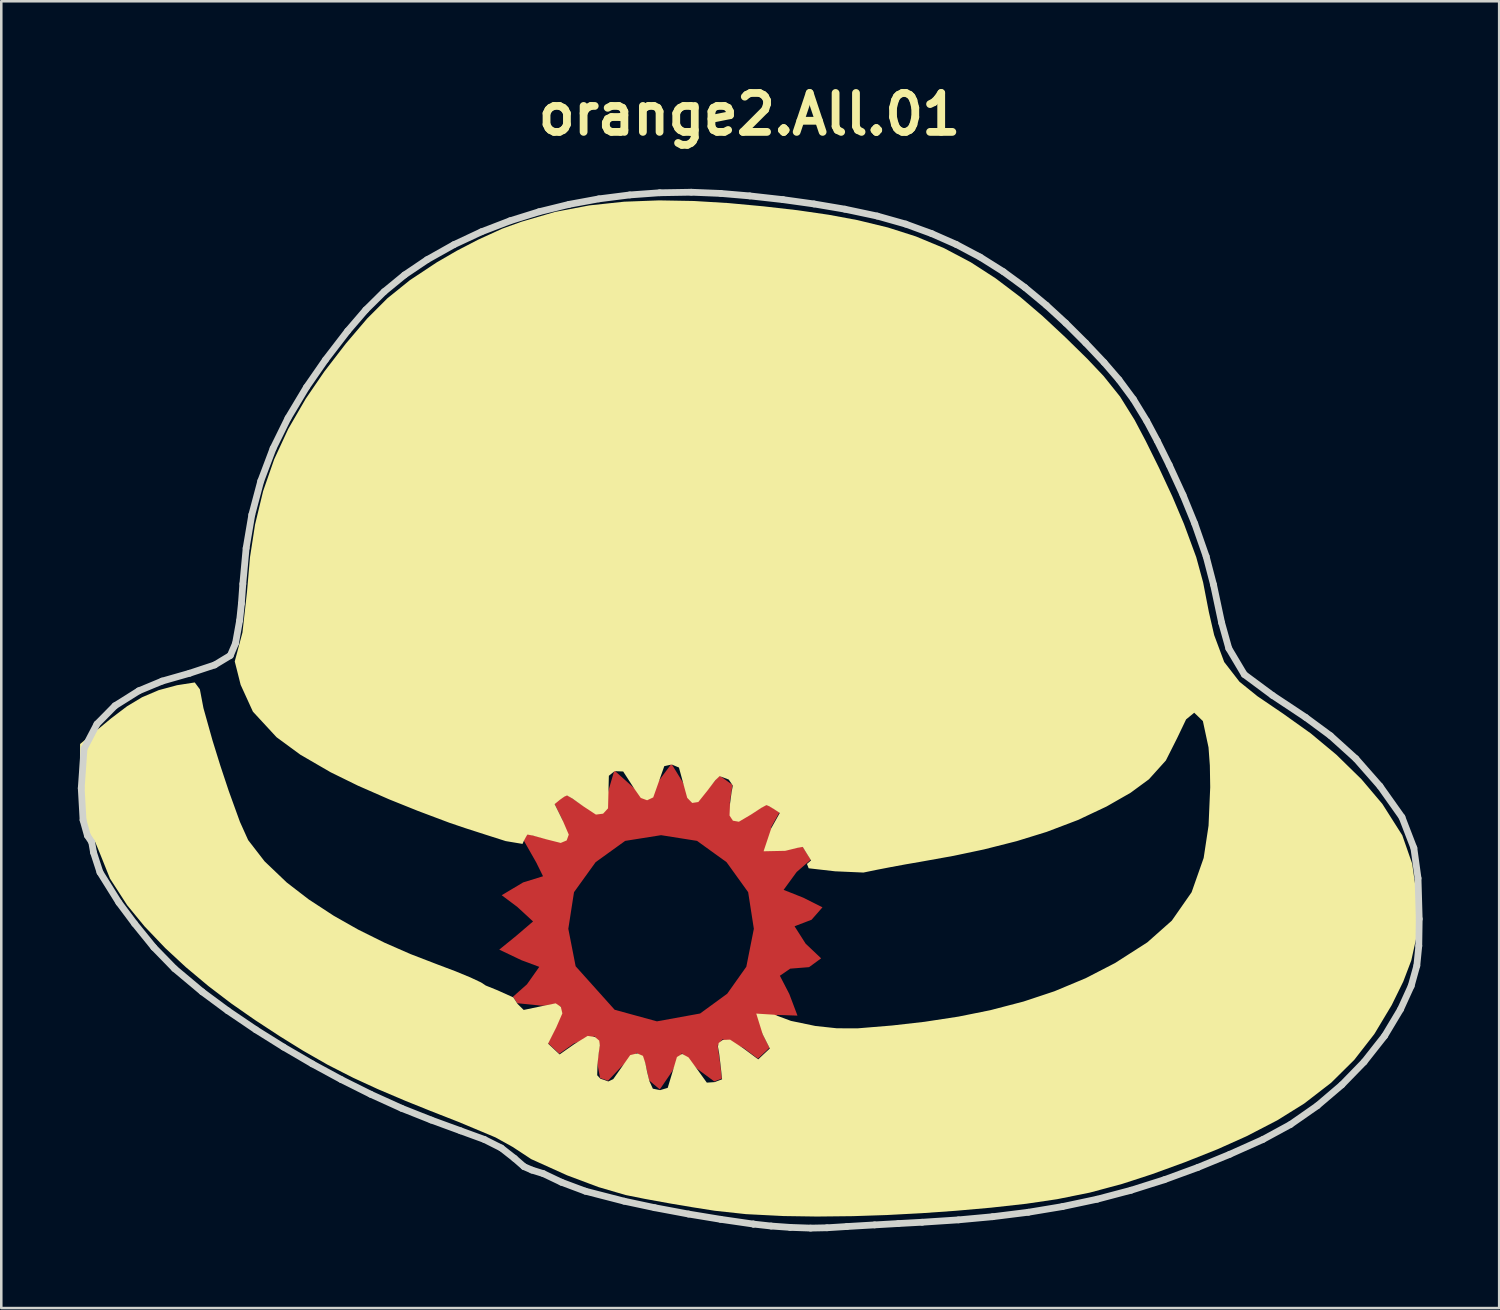
<source format=kicad_pcb>
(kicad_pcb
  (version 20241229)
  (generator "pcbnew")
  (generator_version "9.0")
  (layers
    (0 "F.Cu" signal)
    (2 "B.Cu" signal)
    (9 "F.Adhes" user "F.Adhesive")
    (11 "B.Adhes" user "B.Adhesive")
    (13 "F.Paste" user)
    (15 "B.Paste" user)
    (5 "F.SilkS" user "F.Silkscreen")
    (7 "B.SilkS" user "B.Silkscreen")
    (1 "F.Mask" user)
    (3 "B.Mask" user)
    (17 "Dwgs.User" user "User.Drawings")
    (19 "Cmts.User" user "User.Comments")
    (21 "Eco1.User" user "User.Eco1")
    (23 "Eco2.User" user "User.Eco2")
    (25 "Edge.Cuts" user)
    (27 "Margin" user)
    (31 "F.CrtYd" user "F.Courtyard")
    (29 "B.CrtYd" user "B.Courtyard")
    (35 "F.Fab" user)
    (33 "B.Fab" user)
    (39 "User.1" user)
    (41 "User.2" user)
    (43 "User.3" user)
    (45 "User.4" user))
  (footprint "orange2.All.01"
    (layer "F.Cu")
    (at 26.303 24.764)
    (property "Reference" "orange2.All.01" (at 0 -23.338 0) (layer "F.SilkS") (effects (font (size 1.524 1.524) (thickness 0.305))))
    (attr smd)
    (fp_poly (pts (xy -3.93 14.501) (xy -1.933 11.882) (xy -0.871 11.107) (xy -0.122 10.05) (xy 0.173 8.564) (xy -0.05 7.13) (xy -0.897 5.954) (xy -2.053 5.12) (xy -3.461 4.897) (xy -4.868 5.121) (xy -6.024 5.954) (xy -6.871 7.13) (xy -7.094 8.564) (xy -6.807 10.031) (xy -5.279 11.735) (xy -3.623 12.189) (xy -1.933 11.882) (xy -3.93 14.501) (xy -4.087 13.801) (xy -4.404 13.417) (xy -5.03 13.977) (xy -5.54 14.516) (xy -5.849 14.408) (xy -5.961 13.828) (xy -5.869 13.097) (xy -6.062 12.774) (xy -6.871 13.054) (xy -7.447 13.458) (xy -7.672 13.246) (xy -7.898 13.034) (xy -7.581 12.405) (xy -7.398 11.592) (xy -8.169 11.572) (xy -9.093 11.479) (xy -9.26 11.224) (xy -8.714 10.739) (xy -8.231 10.055) (xy -8.928 9.795) (xy -9.799 9.38) (xy -9.137 8.842) (xy -8.475 8.276) (xy -9.09 7.709) (xy -9.703 7.249) (xy -8.865 6.748) (xy -8.084 6.506) (xy -8.348 5.97) (xy -8.847 5.093) (xy -8.709 4.845) (xy -8.003 5.022) (xy -7.169 5.075) (xy -7.328 4.287) (xy -7.641 3.652) (xy -7.433 3.482) (xy -7.156 3.313) (xy -6.53 3.731) (xy -5.742 4.028) (xy -5.533 3.185) (xy -5.291 2.362) (xy -4.519 3.053) (xy -4.019 3.503) (xy -3.566 2.787) (xy -3.054 2.101) (xy -2.606 2.831) (xy -2.254 3.607) (xy -1.652 3.12) (xy -1.181 2.557) (xy -0.663 2.927) (xy -0.77 3.626) (xy -0.661 4.301) (xy 0.055 4.06) (xy 0.653 3.692) (xy 0.944 3.846) (xy 1.178 3.999) (xy 0.846 4.594) (xy 1.392 5.482) (xy 2.075 5.328) (xy 2.243 5.602) (xy 2.403 5.857) (xy 1.85 6.338) (xy 1.339 7.039) (xy 2.106 7.344) (xy 2.86 7.723) (xy 2.434 8.209) (xy 1.767 8.465) (xy 2.202 9.147) (xy 2.808 9.721) (xy 2.336 10.066) (xy 1.597 10.125) (xy 1.192 10.403) (xy 1.561 11.116) (xy 1.882 11.965) (xy 1.08 11.936) (xy 0.508 12.67) (xy 0.787 13.223) (xy 0.56 13.437) (xy 0.332 13.651) (xy -0.249 13.219) (xy -1.059 12.891) (xy -1.245 13.145) (xy -1.143 13.863) (xy -1.082 14.431) (xy -1.376 14.542) (xy -2.053 14.045) (xy -2.648 13.437) (xy -3.026 14.146) (xy -3.511 14.856) (xy -3.93 14.501) (xy -3.93 14.501)) (stroke (width 0) (type solid)) (fill yes) (layer "F.Cu"))
    (fp_poly (pts (xy -10.38 10.76) (xy -10.563 10.638) (xy -10.978 10.443) (xy -11.563 10.201) (xy -12.257 9.94) (xy -13.326 9.527) (xy -14.342 9.082) (xy -15.377 8.568) (xy -16.334 8.026) (xy -17.315 7.385) (xy -18.174 6.724) (xy -19.042 5.895) (xy -19.686 5.062) (xy -20.007 4.35) (xy -20.447 3.138) (xy -20.773 2.153) (xy -21.081 1.166) (xy -21.438 -0.108) (xy -21.578 -0.842) (xy -21.376 -1.12) (xy -20.893 -1.494) (xy -20.552 -1.715) (xy -20.211 -1.936) (xy -20.096 -1.478) (xy -19.98 -1.019) (xy -19.501 0.032) (xy -18.575 1.034) (xy -17.643 1.718) (xy -16.456 2.406) (xy -15.388 2.931) (xy -14.161 3.469) (xy -13.039 3.919) (xy -11.803 4.385) (xy -11.205 4.601) (xy -10.475 4.863) (xy -9.622 5.178) (xy -9.159 5.373) (xy -8.654 5.833) (xy -8.244 6.248) (xy -8.199 6.406) (xy -8.29 6.521) (xy -8.685 6.606) (xy -9.101 6.65) (xy -9.508 6.705) (xy -9.782 6.853) (xy -9.88 7.161) (xy -9.69 7.527) (xy -9.072 7.837) (xy -8.64 8.131) (xy -8.643 8.369) (xy -8.798 8.542) (xy -9.11 8.645) (xy -9.503 8.811) (xy -9.724 8.947) (xy -9.906 9.142) (xy -9.954 9.491) (xy -9.825 9.747) (xy -9.046 9.882) (xy -8.373 10.044) (xy -8.49 10.329) (xy -8.781 10.612) (xy -9.092 10.864) (xy -9.394 11.031) (xy -9.915 10.972) (xy -10.38 10.76) (xy -10.38 10.76) (xy -10.38 10.76)) (stroke (width 0.189) (type solid)) (fill yes) (layer "F.Mask"))
    (fp_poly (pts (xy 2.061 11.544) (xy 1.904 11.323) (xy 1.719 11.13) (xy 1.499 10.94) (xy 1.31 10.756) (xy 1.235 10.594) (xy 1.251 10.439) (xy 1.348 10.289) (xy 1.455 10.234) (xy 1.751 10.21) (xy 2.091 10.19) (xy 2.381 10.158) (xy 2.642 10.096) (xy 2.792 9.977) (xy 2.87 9.776) (xy 2.894 9.537) (xy 2.798 9.346) (xy 2.599 9.204) (xy 2.356 9.095) (xy 2.135 8.997) (xy 1.946 8.917) (xy 1.731 8.77) (xy 1.624 8.626) (xy 1.801 8.537) (xy 2.089 8.43) (xy 2.301 8.348) (xy 2.537 8.254) (xy 2.762 8.151) (xy 2.903 8.023) (xy 2.953 7.842) (xy 2.94 7.645) (xy 2.644 7.299) (xy 2.025 7.217) (xy 1.797 7.184) (xy 1.532 7.128) (xy 1.418 7.036) (xy 1.41 6.941) (xy 1.556 6.726) (xy 1.772 6.516) (xy 1.979 6.312) (xy 2.117 6.205) (xy 2.441 6.25) (xy 3.061 6.345) (xy 3.699 6.374) (xy 4.413 6.334) (xy 4.933 6.227) (xy 5.491 6.119) (xy 6.064 6.013) (xy 6.633 5.915) (xy 7.936 5.681) (xy 9.134 5.428) (xy 10.418 5.103) (xy 11.587 4.742) (xy 12.814 4.276) (xy 13.931 3.75) (xy 14.875 3.21) (xy 15.592 2.683) (xy 16.257 1.945) (xy 16.698 1.07) (xy 17.359 0.076) (xy 17.833 0.82) (xy 17.956 1.738) (xy 17.995 2.992) (xy 17.929 4.498) (xy 17.738 5.761) (xy 17.266 7.106) (xy 16.491 8.217) (xy 15.531 9.068) (xy 14.268 9.878) (xy 13.118 10.472) (xy 11.894 10.983) (xy 10.683 11.386) (xy 9.383 11.725) (xy 8.137 11.976) (xy 6.802 12.181) (xy 5.54 12.324) (xy 4.194 12.435) (xy 2.377 12.429) (xy 1.844 12.115) (xy 2.054 11.813) (xy 2.061 11.544) (xy 2.061 11.544) (xy 2.061 11.544) (xy 2.061 11.544)) (stroke (width 0.189) (type solid)) (fill yes) (layer "F.Mask"))
    (fp_poly (pts (xy -3.93 14.501) (xy -3.973 14.336) (xy -4.017 14.149) (xy -4.057 13.963) (xy -4.087 13.801) (xy -4.126 13.624) (xy -4.182 13.513) (xy -4.27 13.45) (xy -4.404 13.417) (xy -4.554 13.415) (xy -4.682 13.484) (xy -4.827 13.659) (xy -5.03 13.977) (xy -5.207 14.249) (xy -5.345 14.424) (xy -5.454 14.51) (xy -5.54 14.516) (xy -5.609 14.489) (xy -5.69 14.459) (xy -5.774 14.431) (xy -5.849 14.408) (xy -5.932 14.364) (xy -5.975 14.273) (xy -5.982 14.104) (xy -5.961 13.828) (xy -5.938 13.605) (xy -5.912 13.393) (xy -5.889 13.216) (xy -5.869 13.097) (xy -5.865 13) (xy -5.895 12.916) (xy -5.96 12.842) (xy -6.062 12.774) (xy -6.205 12.717) (xy -6.348 12.732) (xy -6.551 12.837) (xy -6.871 13.054) (xy -7.015 13.155) (xy -7.159 13.256) (xy -7.303 13.357) (xy -7.447 13.458) (xy -7.503 13.405) (xy -7.56 13.352) (xy -7.616 13.299) (xy -7.672 13.246) (xy -7.729 13.193) (xy -7.785 13.14) (xy -7.841 13.087) (xy -7.898 13.034) (xy -7.818 12.877) (xy -7.739 12.72) (xy -7.66 12.562) (xy -7.581 12.405) (xy -7.416 12.064) (xy -7.338 11.849) (xy -7.336 11.709) (xy -7.398 11.592) (xy -7.486 11.491) (xy -7.6 11.456) (xy -7.805 11.483) (xy -8.169 11.572) (xy -8.62 11.686) (xy -8.854 11.715) (xy -8.976 11.65) (xy -9.093 11.479) (xy -9.135 11.415) (xy -9.177 11.351) (xy -9.219 11.287) (xy -9.26 11.223) (xy -9.124 11.102) (xy -8.987 10.981) (xy -8.851 10.86) (xy -8.714 10.739) (xy -8.446 10.49) (xy -8.288 10.31) (xy -8.223 10.174) (xy -8.231 10.055) (xy -8.287 9.951) (xy -8.4 9.881) (xy -8.602 9.833) (xy -8.928 9.795) (xy -9.422 9.741) (xy -9.681 9.677) (xy -9.782 9.569) (xy -9.799 9.38) (xy -9.782 9.221) (xy -9.697 9.104) (xy -9.498 8.991) (xy -9.137 8.841) (xy -8.768 8.69) (xy -8.57 8.575) (xy -8.49 8.452) (xy -8.475 8.276) (xy -8.49 8.101) (xy -8.566 7.977) (xy -8.751 7.861) (xy -9.09 7.709) (xy -9.388 7.573) (xy -9.577 7.461) (xy -9.675 7.358) (xy -9.703 7.249) (xy -9.669 7.027) (xy -9.545 6.885) (xy -9.29 6.801) (xy -8.865 6.748) (xy -8.524 6.712) (xy -8.3 6.665) (xy -8.162 6.6) (xy -8.084 6.506) (xy -8.047 6.398) (xy -8.07 6.29) (xy -8.166 6.156) (xy -8.348 5.97) (xy -8.698 5.622) (xy -8.872 5.406) (xy -8.908 5.253) (xy -8.847 5.093) (xy -8.801 5.006) (xy -8.759 4.93) (xy -8.727 4.874) (xy -8.709 4.845) (xy -8.645 4.85) (xy -8.491 4.885) (xy -8.27 4.944) (xy -8.003 5.022) (xy -7.628 5.131) (xy -7.404 5.174) (xy -7.271 5.154) (xy -7.169 5.075) (xy -7.093 4.975) (xy -7.087 4.848) (xy -7.161 4.637) (xy -7.328 4.287) (xy -7.407 4.128) (xy -7.485 3.969) (xy -7.563 3.81) (xy -7.641 3.651) (xy -7.589 3.609) (xy -7.537 3.567) (xy -7.485 3.525) (xy -7.433 3.482) (xy -7.346 3.417) (xy -7.265 3.363) (xy -7.199 3.327) (xy -7.156 3.313) (xy -7.086 3.346) (xy -6.945 3.436) (xy -6.753 3.569) (xy -6.53 3.731) (xy -6.222 3.954) (xy -6.024 4.064) (xy -5.882 4.082) (xy -5.742 4.028) (xy -5.615 3.944) (xy -5.549 3.819) (xy -5.527 3.587) (xy -5.533 3.185) (xy -5.541 2.77) (xy -5.517 2.543) (xy -5.441 2.432) (xy -5.291 2.362) (xy -5.106 2.313) (xy -4.956 2.376) (xy -4.782 2.604) (xy -4.519 3.053) (xy -4.383 3.273) (xy -4.266 3.411) (xy -4.151 3.482) (xy -4.019 3.502) (xy -3.88 3.483) (xy -3.779 3.39) (xy -3.685 3.175) (xy -3.566 2.787) (xy -3.441 2.376) (xy -3.346 2.167) (xy -3.233 2.096) (xy -3.054 2.101) (xy -2.879 2.131) (xy -2.772 2.221) (xy -2.694 2.432) (xy -2.606 2.831) (xy -2.525 3.18) (xy -2.449 3.406) (xy -2.363 3.539) (xy -2.254 3.607) (xy -2.133 3.627) (xy -2.014 3.571) (xy -1.865 3.411) (xy -1.652 3.12) (xy -1.493 2.901) (xy -1.351 2.722) (xy -1.242 2.601) (xy -1.181 2.557) (xy -0.998 2.595) (xy -0.822 2.691) (xy -0.695 2.812) (xy -0.663 2.927) (xy -0.684 3.029) (xy -0.712 3.194) (xy -0.742 3.401) (xy -0.77 3.626) (xy -0.797 3.914) (xy -0.792 4.099) (xy -0.748 4.216) (xy -0.661 4.301) (xy -0.552 4.356) (xy -0.424 4.344) (xy -0.236 4.25) (xy 0.055 4.06) (xy 0.27 3.917) (xy 0.454 3.8) (xy 0.589 3.721) (xy 0.653 3.692) (xy 0.693 3.704) (xy 0.761 3.737) (xy 0.848 3.786) (xy 0.944 3.846) (xy 1.002 3.884) (xy 1.061 3.922) (xy 1.12 3.961) (xy 1.178 3.999) (xy 1.095 4.148) (xy 1.012 4.297) (xy 0.929 4.445) (xy 0.846 4.594) (xy 0.561 5.181) (xy 0.542 5.5) (xy 0.812 5.588) (xy 1.392 5.482) (xy 1.655 5.416) (xy 1.871 5.365) (xy 2.019 5.334) (xy 2.075 5.328) (xy 2.091 5.356) (xy 2.128 5.417) (xy 2.181 5.502) (xy 2.243 5.602) (xy 2.283 5.666) (xy 2.323 5.73) (xy 2.363 5.793) (xy 2.403 5.857) (xy 2.264 5.977) (xy 2.126 6.098) (xy 1.988 6.218) (xy 1.85 6.338) (xy 1.58 6.584) (xy 1.417 6.766) (xy 1.343 6.909) (xy 1.339 7.039) (xy 1.383 7.16) (xy 1.492 7.238) (xy 1.716 7.292) (xy 2.106 7.344) (xy 2.524 7.398) (xy 2.742 7.455) (xy 2.831 7.552) (xy 2.86 7.723) (xy 2.863 7.888) (xy 2.813 8.001) (xy 2.68 8.096) (xy 2.434 8.208) (xy 2.241 8.288) (xy 2.05 8.363) (xy 1.885 8.425) (xy 1.767 8.465) (xy 1.566 8.581) (xy 1.575 8.739) (xy 1.788 8.93) (xy 2.202 9.147) (xy 2.564 9.314) (xy 2.752 9.434) (xy 2.817 9.554) (xy 2.808 9.721) (xy 2.773 9.877) (xy 2.703 9.971) (xy 2.568 10.026) (xy 2.336 10.066) (xy 2.144 10.089) (xy 1.941 10.108) (xy 1.751 10.121) (xy 1.597 10.125) (xy 1.437 10.136) (xy 1.328 10.178) (xy 1.253 10.262) (xy 1.192 10.403) (xy 1.15 10.566) (xy 1.179 10.704) (xy 1.307 10.869) (xy 1.561 11.116) (xy 1.852 11.406) (xy 1.99 11.609) (xy 1.993 11.778) (xy 1.882 11.965) (xy 1.79 12.067) (xy 1.675 12.098) (xy 1.462 12.055) (xy 1.08 11.936) (xy 0.523 11.791) (xy 0.262 11.84) (xy 0.266 12.121) (xy 0.508 12.67) (xy 0.578 12.809) (xy 0.648 12.947) (xy 0.718 13.085) (xy 0.787 13.223) (xy 0.731 13.277) (xy 0.674 13.33) (xy 0.617 13.384) (xy 0.56 13.437) (xy 0.503 13.49) (xy 0.446 13.544) (xy 0.389 13.597) (xy 0.332 13.651) (xy 0.187 13.543) (xy 0.042 13.435) (xy -0.104 13.327) (xy -0.249 13.219) (xy -0.564 12.994) (xy -0.771 12.877) (xy -0.919 12.85) (xy -1.059 12.891) (xy -1.151 12.945) (xy -1.214 13.008) (xy -1.247 13.076) (xy -1.245 13.145) (xy -1.224 13.248) (xy -1.198 13.418) (xy -1.17 13.63) (xy -1.143 13.863) (xy -1.128 14.005) (xy -1.112 14.147) (xy -1.097 14.289) (xy -1.082 14.431) (xy -1.155 14.459) (xy -1.229 14.486) (xy -1.302 14.514) (xy -1.376 14.542) (xy -1.551 14.596) (xy -1.68 14.562) (xy -1.827 14.394) (xy -2.053 14.045) (xy -2.244 13.759) (xy -2.398 13.572) (xy -2.529 13.468) (xy -2.648 13.437) (xy -2.764 13.46) (xy -2.851 13.559) (xy -2.931 13.773) (xy -3.026 14.146) (xy -3.127 14.556) (xy -3.212 14.767) (xy -3.325 14.845) (xy -3.511 14.856) (xy -3.685 14.845) (xy -3.795 14.798) (xy -3.867 14.691) (xy -3.93 14.501) (xy -3.93 14.501) (xy -3.93 14.501) (xy -3.93 14.501) (xy -3.93 14.501) (xy -3.93 14.501)) (stroke (width 0) (type solid)) (fill yes) (layer "F.Mask"))
    (fp_poly (pts (xy -3.538 -19.966) (xy -4.911 -19.914) (xy -6.272 -19.769) (xy -7.619 -19.513) (xy -8.934 -19.128) (xy -9.681 -18.858) (xy -10.629 -18.425) (xy -11.456 -17.996) (xy -12.24 -17.542) (xy -13.3 -16.84) (xy -14.183 -16.128) (xy -14.968 -15.342) (xy -15.808 -14.356) (xy -16.654 -13.256) (xy -17.379 -12.195) (xy -18.064 -11.013) (xy -18.613 -9.827) (xy -19.047 -8.58) (xy -19.364 -7.267) (xy -19.561 -5.992) (xy -19.681 -4.614) (xy -19.857 -3.039) (xy -20.159 -1.909) (xy -20.043 -1.451) (xy -19.928 -0.993) (xy -19.448 0.058) (xy -18.522 1.06) (xy -17.591 1.744) (xy -16.403 2.433) (xy -15.336 2.957) (xy -14.109 3.495) (xy -12.987 3.946) (xy -11.751 4.411) (xy -11.144 4.617) (xy -10.324 4.881) (xy -9.546 5.129) (xy -8.887 5.239) (xy -8.836 5.121) (xy -8.748 4.958) (xy -8.697 4.873) (xy -8.48 4.913) (xy -7.992 5.05) (xy -7.392 5.201) (xy -7.158 5.103) (xy -7.076 4.875) (xy -7.317 4.314) (xy -7.473 3.996) (xy -7.63 3.679) (xy -7.526 3.595) (xy -7.422 3.51) (xy -7.254 3.391) (xy -7.145 3.341) (xy -6.933 3.463) (xy -6.519 3.758) (xy -6.013 4.091) (xy -5.731 4.055) (xy -5.538 3.846) (xy -5.522 3.212) (xy -5.506 2.571) (xy -5.28 2.389) (xy -4.945 2.403) (xy -4.507 3.081) (xy -4.255 3.439) (xy -4.008 3.53) (xy -3.768 3.418) (xy -3.554 2.815) (xy -3.335 2.194) (xy -3.043 2.129) (xy -2.761 2.248) (xy -2.595 2.858) (xy -2.437 3.434) (xy -2.243 3.635) (xy -2.003 3.599) (xy -1.641 3.147) (xy -1.339 2.75) (xy -1.169 2.584) (xy -0.811 2.719) (xy -0.651 2.955) (xy -0.7 3.221) (xy -0.759 3.653) (xy -0.78 4.126) (xy -0.649 4.329) (xy -0.413 4.371) (xy 0.066 4.088) (xy 0.465 3.828) (xy 0.664 3.719) (xy 0.772 3.764) (xy 0.955 3.873) (xy 1.072 3.95) (xy 1.189 4.027) (xy 1.023 4.324) (xy 0.857 4.621) (xy 0.554 5.528) (xy 1.403 5.51) (xy 1.882 5.393) (xy 2.087 5.356) (xy 2.14 5.444) (xy 2.254 5.63) (xy 2.334 5.757) (xy 2.414 5.885) (xy 2.253 6.024) (xy 2.32 6.194) (xy 3.355 6.312) (xy 4.465 6.361) (xy 4.986 6.254) (xy 5.543 6.146) (xy 6.117 6.04) (xy 6.686 5.942) (xy 7.988 5.708) (xy 9.187 5.455) (xy 10.47 5.13) (xy 11.639 4.769) (xy 12.866 4.303) (xy 13.984 3.776) (xy 14.927 3.237) (xy 15.645 2.71) (xy 16.31 1.972) (xy 16.751 1.097) (xy 17.102 0.363) (xy 17.421 0.101) (xy 17.76 0.428) (xy 17.981 1.46) (xy 18.033 2.17) (xy 18.047 3.019) (xy 17.982 4.525) (xy 17.791 5.788) (xy 17.318 7.133) (xy 16.544 8.243) (xy 15.584 9.095) (xy 14.32 9.905) (xy 13.17 10.499) (xy 11.947 11.01) (xy 10.735 11.413) (xy 9.435 11.752) (xy 8.189 12.003) (xy 6.855 12.207) (xy 5.592 12.351) (xy 4.246 12.462) (xy 3.429 12.461) (xy 2.583 12.37) (xy 1.626 12.171) (xy 0.98 11.93) (xy 0.267 11.885) (xy 0.52 12.698) (xy 0.659 12.974) (xy 0.799 13.251) (xy 0.685 13.358) (xy 0.571 13.464) (xy 0.457 13.571) (xy 0.344 13.678) (xy 0.053 13.462) (xy -0.238 13.246) (xy -0.759 12.905) (xy -1.047 12.918) (xy -1.203 13.035) (xy -1.234 13.172) (xy -1.187 13.445) (xy -1.132 13.89) (xy -1.101 14.174) (xy -1.071 14.458) (xy -1.218 14.514) (xy -1.364 14.569) (xy -1.669 14.589) (xy -2.042 14.072) (xy -2.387 13.599) (xy -2.637 13.464) (xy -2.84 13.586) (xy -3.014 14.173) (xy -3.201 14.794) (xy -3.5 14.883) (xy -3.783 14.826) (xy -3.919 14.528) (xy -4.006 14.176) (xy -4.076 13.828) (xy -4.171 13.54) (xy -4.393 13.444) (xy -4.67 13.511) (xy -5.019 14.005) (xy -5.334 14.452) (xy -5.529 14.543) (xy -5.679 14.487) (xy -5.837 14.436) (xy -5.963 14.3) (xy -5.95 13.855) (xy -5.901 13.42) (xy -5.858 13.124) (xy -5.884 12.943) (xy -6.051 12.801) (xy -6.337 12.759) (xy -6.86 13.081) (xy -7.148 13.283) (xy -7.435 13.485) (xy -7.548 13.379) (xy -7.661 13.273) (xy -7.774 13.167) (xy -7.886 13.062) (xy -7.728 12.747) (xy -7.569 12.433) (xy -7.327 11.877) (xy -7.387 11.62) (xy -7.589 11.483) (xy -8.158 11.599) (xy -8.842 11.742) (xy -9.082 11.506) (xy -9.165 11.378) (xy -9.249 11.251) (xy -9.865 10.973) (xy -10.328 10.786) (xy -10.511 10.665) (xy -10.926 10.47) (xy -11.511 10.228) (xy -12.205 9.966) (xy -13.274 9.554) (xy -14.29 9.109) (xy -15.325 8.595) (xy -16.282 8.053) (xy -17.263 7.412) (xy -18.121 6.751) (xy -18.99 5.922) (xy -19.634 5.089) (xy -19.955 4.377) (xy -20.394 3.164) (xy -20.721 2.18) (xy -21.028 1.192) (xy -21.385 -0.081) (xy -21.525 -0.816) (xy -21.725 -1.085) (xy -22.42 -0.976) (xy -23.137 -0.783) (xy -23.791 -0.504) (xy -24.377 -0.151) (xy -24.991 0.314) (xy -25.603 0.82) (xy -26.216 1.326) (xy -26.223 2.123) (xy -26.229 2.92) (xy -26.157 4.192) (xy -25.906 4.793) (xy -25.625 5.162) (xy -25.422 5.657) (xy -25.045 6.597) (xy -24.374 7.637) (xy -23.694 8.467) (xy -22.88 9.32) (xy -22.075 10.066) (xy -21.189 10.808) (xy -20.306 11.481) (xy -19.368 12.135) (xy -18.378 12.783) (xy -17.483 13.338) (xy -16.513 13.893) (xy -15.517 14.401) (xy -14.561 14.841) (xy -13.471 15.304) (xy -12.5 15.695) (xy -11.392 16.129) (xy -9.948 16.734) (xy -9.272 17.109) (xy -8.55 17.584) (xy -7.138 18.221) (xy -5.908 18.682) (xy -4.847 18.992) (xy -4.091 19.144) (xy -3.108 19.322) (xy -2.219 19.472) (xy -1.361 19.607) (xy -0.135 19.74) (xy 1.34 19.815) (xy 2.644 19.834) (xy 4.049 19.819) (xy 5.38 19.775) (xy 6.756 19.702) (xy 8.101 19.607) (xy 9.458 19.487) (xy 10.836 19.334) (xy 12.05 19.155) (xy 13.329 18.897) (xy 14.592 18.558) (xy 15.758 18.179) (xy 17.062 17.704) (xy 18.326 17.201) (xy 19.463 16.692) (xy 20.672 16.066) (xy 21.729 15.408) (xy 22.786 14.592) (xy 23.688 13.699) (xy 24.475 12.687) (xy 25.156 11.552) (xy 25.609 10.629) (xy 25.923 9.803) (xy 26.125 8.888) (xy 26.17 7.915) (xy 26.104 7.039) (xy 25.958 6.014) (xy 25.569 4.9) (xy 24.788 3.671) (xy 23.969 2.704) (xy 22.986 1.743) (xy 21.986 0.911) (xy 20.894 0.132) (xy 19.898 -0.544) (xy 19.193 -1.113) (xy 18.595 -1.885) (xy 18.202 -2.94) (xy 17.995 -3.84) (xy 17.769 -5.005) (xy 17.5 -5.991) (xy 17.02 -7.291) (xy 16.563 -8.37) (xy 16.041 -9.491) (xy 15.521 -10.543) (xy 15.084 -11.369) (xy 14.516 -12.281) (xy 13.869 -13.088) (xy 13.227 -13.766) (xy 12.388 -14.589) (xy 11.484 -15.432) (xy 10.616 -16.175) (xy 9.642 -16.913) (xy 8.67 -17.541) (xy 7.622 -18.095) (xy 6.521 -18.553) (xy 5.423 -18.904) (xy 4.232 -19.193) (xy 3.109 -19.402) (xy 1.884 -19.58) (xy 0.547 -19.733) (xy -0.821 -19.86) (xy -2.176 -19.942) (xy -3.538 -19.966)) (stroke (width 0) (type solid)) (fill yes) (layer "F.SilkS"))
    (fp_line (start -26.171 3.057) (end -26.061 1.512) (stroke (width 0.265) (type solid)) (layer "Edge.Cuts"))
    (fp_line (start -26.1 4.305) (end -26.171 3.057) (stroke (width 0.265) (type solid)) (layer "Edge.Cuts"))
    (fp_line (start -26.061 1.512) (end -25.556 0.545) (stroke (width 0.265) (type solid)) (layer "Edge.Cuts"))
    (fp_line (start -25.93 4.912) (end -26.1 4.305) (stroke (width 0.265) (type solid)) (layer "Edge.Cuts"))
    (fp_line (start -25.761 5.167) (end -25.93 4.912) (stroke (width 0.265) (type solid)) (layer "Edge.Cuts"))
    (fp_line (start -25.69 5.574) (end -25.761 5.167) (stroke (width 0.265) (type solid)) (layer "Edge.Cuts"))
    (fp_line (start -25.556 0.545) (end -24.85 -0.171) (stroke (width 0.265) (type solid)) (layer "Edge.Cuts"))
    (fp_line (start -25.438 6.351) (end -25.69 5.574) (stroke (width 0.265) (type solid)) (layer "Edge.Cuts"))
    (fp_line (start -24.85 -0.171) (end -23.916 -0.758) (stroke (width 0.265) (type solid)) (layer "Edge.Cuts"))
    (fp_line (start -24.697 7.538) (end -25.438 6.351) (stroke (width 0.265) (type solid)) (layer "Edge.Cuts"))
    (fp_line (start -24.083 8.36) (end -24.697 7.538) (stroke (width 0.265) (type solid)) (layer "Edge.Cuts"))
    (fp_line (start -23.916 -0.758) (end -23.001 -1.138) (stroke (width 0.265) (type solid)) (layer "Edge.Cuts"))
    (fp_line (start -23.329 9.291) (end -24.083 8.36) (stroke (width 0.265) (type solid)) (layer "Edge.Cuts"))
    (fp_line (start -23.001 -1.138) (end -21.923 -1.446) (stroke (width 0.265) (type solid)) (layer "Edge.Cuts"))
    (fp_line (start -22.518 10.124) (end -23.329 9.291) (stroke (width 0.265) (type solid)) (layer "Edge.Cuts"))
    (fp_line (start -21.923 -1.446) (end -20.944 -1.77) (stroke (width 0.265) (type solid)) (layer "Edge.Cuts"))
    (fp_line (start -21.434 11.032) (end -22.518 10.124) (stroke (width 0.265) (type solid)) (layer "Edge.Cuts"))
    (fp_line (start -20.944 -1.77) (end -20.332 -2.14) (stroke (width 0.265) (type solid)) (layer "Edge.Cuts"))
    (fp_line (start -20.434 11.772) (end -21.434 11.032) (stroke (width 0.265) (type solid)) (layer "Edge.Cuts"))
    (fp_line (start -20.332 -2.14) (end -20.129 -2.615) (stroke (width 0.265) (type solid)) (layer "Edge.Cuts"))
    (fp_line (start -20.129 -2.615) (end -19.967 -3.515) (stroke (width 0.265) (type solid)) (layer "Edge.Cuts"))
    (fp_line (start -19.967 -3.515) (end -19.898 -4.172) (stroke (width 0.265) (type solid)) (layer "Edge.Cuts"))
    (fp_line (start -19.898 -4.172) (end -19.842 -4.945) (stroke (width 0.265) (type solid)) (layer "Edge.Cuts"))
    (fp_line (start -19.842 -4.945) (end -19.713 -6.344) (stroke (width 0.265) (type solid)) (layer "Edge.Cuts"))
    (fp_line (start -19.713 -6.344) (end -19.491 -7.652) (stroke (width 0.265) (type solid)) (layer "Edge.Cuts"))
    (fp_line (start -19.491 -7.652) (end -19.14 -8.973) (stroke (width 0.265) (type solid)) (layer "Edge.Cuts"))
    (fp_line (start -19.33 12.52) (end -20.434 11.772) (stroke (width 0.265) (type solid)) (layer "Edge.Cuts"))
    (fp_line (start -19.14 -8.973) (end -18.658 -10.25) (stroke (width 0.265) (type solid)) (layer "Edge.Cuts"))
    (fp_line (start -18.658 -10.25) (end -18.073 -11.44) (stroke (width 0.265) (type solid)) (layer "Edge.Cuts"))
    (fp_line (start -18.248 13.197) (end -19.33 12.52) (stroke (width 0.265) (type solid)) (layer "Edge.Cuts"))
    (fp_line (start -18.073 -11.44) (end -17.351 -12.646) (stroke (width 0.265) (type solid)) (layer "Edge.Cuts"))
    (fp_line (start -17.351 -12.646) (end -16.604 -13.724) (stroke (width 0.265) (type solid)) (layer "Edge.Cuts"))
    (fp_line (start -17.124 13.853) (end -18.248 13.197) (stroke (width 0.265) (type solid)) (layer "Edge.Cuts"))
    (fp_line (start -16.604 -13.724) (end -15.738 -14.851) (stroke (width 0.265) (type solid)) (layer "Edge.Cuts"))
    (fp_line (start -15.982 14.472) (end -17.124 13.853) (stroke (width 0.265) (type solid)) (layer "Edge.Cuts"))
    (fp_line (start -15.738 -14.851) (end -15.028 -15.677) (stroke (width 0.265) (type solid)) (layer "Edge.Cuts"))
    (fp_line (start -15.028 -15.677) (end -14.309 -16.388) (stroke (width 0.265) (type solid)) (layer "Edge.Cuts"))
    (fp_line (start -14.838 15.043) (end -15.982 14.472) (stroke (width 0.265) (type solid)) (layer "Edge.Cuts"))
    (fp_line (start -14.309 -16.388) (end -13.509 -17.045) (stroke (width 0.265) (type solid)) (layer "Edge.Cuts"))
    (fp_line (start -13.628 15.592) (end -14.838 15.043) (stroke (width 0.265) (type solid)) (layer "Edge.Cuts"))
    (fp_line (start -13.509 -17.045) (end -12.626 -17.641) (stroke (width 0.265) (type solid)) (layer "Edge.Cuts"))
    (fp_line (start -12.626 -17.641) (end -11.578 -18.23) (stroke (width 0.265) (type solid)) (layer "Edge.Cuts"))
    (fp_line (start -12.467 16.053) (end -13.628 15.592) (stroke (width 0.265) (type solid)) (layer "Edge.Cuts"))
    (fp_line (start -11.578 -18.23) (end -10.498 -18.735) (stroke (width 0.265) (type solid)) (layer "Edge.Cuts"))
    (fp_line (start -11.309 16.477) (end -12.467 16.053) (stroke (width 0.265) (type solid)) (layer "Edge.Cuts"))
    (fp_line (start -10.498 -18.735) (end -9.374 -19.167) (stroke (width 0.265) (type solid)) (layer "Edge.Cuts"))
    (fp_line (start -10.381 16.816) (end -11.309 16.477) (stroke (width 0.265) (type solid)) (layer "Edge.Cuts"))
    (fp_line (start -9.72 17.149) (end -10.381 16.816) (stroke (width 0.265) (type solid)) (layer "Edge.Cuts"))
    (fp_line (start -9.374 -19.167) (end -8.238 -19.521) (stroke (width 0.265) (type solid)) (layer "Edge.Cuts"))
    (fp_line (start -9.202 17.555) (end -9.72 17.149) (stroke (width 0.265) (type solid)) (layer "Edge.Cuts"))
    (fp_line (start -8.83 17.879) (end -9.202 17.555) (stroke (width 0.265) (type solid)) (layer "Edge.Cuts"))
    (fp_line (start -8.52 18.014) (end -8.83 17.879) (stroke (width 0.265) (type solid)) (layer "Edge.Cuts"))
    (fp_line (start -8.238 -19.521) (end -7.063 -19.81) (stroke (width 0.265) (type solid)) (layer "Edge.Cuts"))
    (fp_line (start -8.07 18.154) (end -8.52 18.014) (stroke (width 0.265) (type solid)) (layer "Edge.Cuts"))
    (fp_line (start -7.364 18.49) (end -8.07 18.154) (stroke (width 0.265) (type solid)) (layer "Edge.Cuts"))
    (fp_line (start -7.063 -19.81) (end -5.898 -20.025) (stroke (width 0.265) (type solid)) (layer "Edge.Cuts"))
    (fp_line (start -6.426 18.841) (end -7.364 18.49) (stroke (width 0.265) (type solid)) (layer "Edge.Cuts"))
    (fp_line (start -5.898 -20.025) (end -4.689 -20.179) (stroke (width 0.265) (type solid)) (layer "Edge.Cuts"))
    (fp_line (start -4.908 19.232) (end -6.426 18.841) (stroke (width 0.265) (type solid)) (layer "Edge.Cuts"))
    (fp_line (start -4.689 -20.179) (end -3.516 -20.264) (stroke (width 0.265) (type solid)) (layer "Edge.Cuts"))
    (fp_line (start -3.709 19.488) (end -4.908 19.232) (stroke (width 0.265) (type solid)) (layer "Edge.Cuts"))
    (fp_line (start -3.516 -20.264) (end -2.281 -20.285) (stroke (width 0.265) (type solid)) (layer "Edge.Cuts"))
    (fp_line (start -2.386 19.736) (end -3.709 19.488) (stroke (width 0.265) (type solid)) (layer "Edge.Cuts"))
    (fp_line (start -2.281 -20.285) (end -1.123 -20.238) (stroke (width 0.265) (type solid)) (layer "Edge.Cuts"))
    (fp_line (start -1.131 19.943) (end -2.386 19.736) (stroke (width 0.265) (type solid)) (layer "Edge.Cuts"))
    (fp_line (start -1.123 -20.238) (end 0.012 -20.141) (stroke (width 0.265) (type solid)) (layer "Edge.Cuts"))
    (fp_line (start 0.012 -20.141) (end 1.316 -19.995) (stroke (width 0.265) (type solid)) (layer "Edge.Cuts"))
    (fp_line (start 0.154 20.129) (end 0.154 20.129) (stroke (width 0.265) (type solid)) (layer "Edge.Cuts"))
    (fp_line (start 0.154 20.129) (end -1.131 19.943) (stroke (width 0.265) (type solid)) (layer "Edge.Cuts"))
    (fp_line (start 0.852 20.206) (end 0.154 20.129) (stroke (width 0.265) (type solid)) (layer "Edge.Cuts"))
    (fp_line (start 1.316 -19.995) (end 2.528 -19.826) (stroke (width 0.265) (type solid)) (layer "Edge.Cuts"))
    (fp_line (start 1.594 20.259) (end 0.852 20.206) (stroke (width 0.265) (type solid)) (layer "Edge.Cuts"))
    (fp_line (start 2.395 20.287) (end 1.594 20.259) (stroke (width 0.265) (type solid)) (layer "Edge.Cuts"))
    (fp_line (start 2.528 -19.826) (end 3.739 -19.621) (stroke (width 0.265) (type solid)) (layer "Edge.Cuts"))
    (fp_line (start 3.039 20.274) (end 2.395 20.287) (stroke (width 0.265) (type solid)) (layer "Edge.Cuts"))
    (fp_line (start 3.739 -19.621) (end 5.007 -19.352) (stroke (width 0.265) (type solid)) (layer "Edge.Cuts"))
    (fp_line (start 3.815 20.225) (end 3.039 20.274) (stroke (width 0.265) (type solid)) (layer "Edge.Cuts"))
    (fp_line (start 4.902 20.161) (end 3.815 20.225) (stroke (width 0.265) (type solid)) (layer "Edge.Cuts"))
    (fp_line (start 5.007 -19.352) (end 6.119 -19.038) (stroke (width 0.265) (type solid)) (layer "Edge.Cuts"))
    (fp_line (start 5.834 20.108) (end 4.902 20.161) (stroke (width 0.265) (type solid)) (layer "Edge.Cuts"))
    (fp_line (start 6.119 -19.038) (end 7.14 -18.664) (stroke (width 0.265) (type solid)) (layer "Edge.Cuts"))
    (fp_line (start 6.765 20.057) (end 5.834 20.108) (stroke (width 0.265) (type solid)) (layer "Edge.Cuts"))
    (fp_line (start 7.14 -18.664) (end 8.099 -18.241) (stroke (width 0.265) (type solid)) (layer "Edge.Cuts"))
    (fp_line (start 8.099 -18.241) (end 9.039 -17.743) (stroke (width 0.265) (type solid)) (layer "Edge.Cuts"))
    (fp_line (start 8.187 19.964) (end 6.765 20.057) (stroke (width 0.265) (type solid)) (layer "Edge.Cuts"))
    (fp_line (start 9.039 -17.743) (end 9.947 -17.172) (stroke (width 0.265) (type solid)) (layer "Edge.Cuts"))
    (fp_line (start 9.523 19.841) (end 8.187 19.964) (stroke (width 0.265) (type solid)) (layer "Edge.Cuts"))
    (fp_line (start 9.947 -17.172) (end 10.787 -16.557) (stroke (width 0.265) (type solid)) (layer "Edge.Cuts"))
    (fp_line (start 10.787 -16.557) (end 11.629 -15.858) (stroke (width 0.265) (type solid)) (layer "Edge.Cuts"))
    (fp_line (start 10.925 19.666) (end 9.523 19.841) (stroke (width 0.265) (type solid)) (layer "Edge.Cuts"))
    (fp_line (start 11.629 -15.858) (end 12.389 -15.159) (stroke (width 0.265) (type solid)) (layer "Edge.Cuts"))
    (fp_line (start 12.26 19.444) (end 10.925 19.666) (stroke (width 0.265) (type solid)) (layer "Edge.Cuts"))
    (fp_line (start 12.389 -15.159) (end 13.171 -14.38) (stroke (width 0.265) (type solid)) (layer "Edge.Cuts"))
    (fp_line (start 13.171 -14.38) (end 13.892 -13.616) (stroke (width 0.265) (type solid)) (layer "Edge.Cuts"))
    (fp_line (start 13.62 19.155) (end 12.26 19.444) (stroke (width 0.265) (type solid)) (layer "Edge.Cuts"))
    (fp_line (start 13.892 -13.616) (end 14.474 -12.941) (stroke (width 0.265) (type solid)) (layer "Edge.Cuts"))
    (fp_line (start 14.474 -12.941) (end 15.039 -12.178) (stroke (width 0.265) (type solid)) (layer "Edge.Cuts"))
    (fp_line (start 14.95 18.803) (end 13.62 19.155) (stroke (width 0.265) (type solid)) (layer "Edge.Cuts"))
    (fp_line (start 15.039 -12.178) (end 15.557 -11.331) (stroke (width 0.265) (type solid)) (layer "Edge.Cuts"))
    (fp_line (start 15.557 -11.331) (end 15.973 -10.55) (stroke (width 0.265) (type solid)) (layer "Edge.Cuts"))
    (fp_line (start 15.973 -10.55) (end 16.442 -9.602) (stroke (width 0.265) (type solid)) (layer "Edge.Cuts"))
    (fp_line (start 16.25 18.392) (end 14.95 18.803) (stroke (width 0.265) (type solid)) (layer "Edge.Cuts"))
    (fp_line (start 16.442 -9.602) (end 16.982 -8.427) (stroke (width 0.265) (type solid)) (layer "Edge.Cuts"))
    (fp_line (start 16.982 -8.427) (end 17.441 -7.305) (stroke (width 0.265) (type solid)) (layer "Edge.Cuts"))
    (fp_line (start 17.441 -7.305) (end 17.888 -6.023) (stroke (width 0.265) (type solid)) (layer "Edge.Cuts"))
    (fp_line (start 17.567 17.909) (end 16.25 18.392) (stroke (width 0.265) (type solid)) (layer "Edge.Cuts"))
    (fp_line (start 17.888 -6.023) (end 18.177 -4.914) (stroke (width 0.265) (type solid)) (layer "Edge.Cuts"))
    (fp_line (start 18.177 -4.914) (end 18.494 -3.424) (stroke (width 0.265) (type solid)) (layer "Edge.Cuts"))
    (fp_line (start 18.494 -3.424) (end 18.776 -2.416) (stroke (width 0.265) (type solid)) (layer "Edge.Cuts"))
    (fp_line (start 18.776 -2.416) (end 19.382 -1.397) (stroke (width 0.265) (type solid)) (layer "Edge.Cuts"))
    (fp_line (start 18.812 17.397) (end 17.567 17.909) (stroke (width 0.265) (type solid)) (layer "Edge.Cuts"))
    (fp_line (start 19.382 -1.397) (end 20.484 -0.58) (stroke (width 0.265) (type solid)) (layer "Edge.Cuts"))
    (fp_line (start 20.108 16.817) (end 18.812 17.397) (stroke (width 0.265) (type solid)) (layer "Edge.Cuts"))
    (fp_line (start 20.484 -0.58) (end 21.781 0.28) (stroke (width 0.265) (type solid)) (layer "Edge.Cuts"))
    (fp_line (start 21.188 16.23) (end 20.108 16.817) (stroke (width 0.265) (type solid)) (layer "Edge.Cuts"))
    (fp_line (start 21.781 0.28) (end 22.759 1.002) (stroke (width 0.265) (type solid)) (layer "Edge.Cuts"))
    (fp_line (start 22.241 15.496) (end 21.188 16.23) (stroke (width 0.265) (type solid)) (layer "Edge.Cuts"))
    (fp_line (start 22.759 1.002) (end 23.752 1.9) (stroke (width 0.265) (type solid)) (layer "Edge.Cuts"))
    (fp_line (start 23.203 14.676) (end 22.241 15.496) (stroke (width 0.265) (type solid)) (layer "Edge.Cuts"))
    (fp_line (start 23.752 1.9) (end 24.696 2.975) (stroke (width 0.265) (type solid)) (layer "Edge.Cuts"))
    (fp_line (start 24.074 13.78) (end 23.203 14.676) (stroke (width 0.265) (type solid)) (layer "Edge.Cuts"))
    (fp_line (start 24.696 2.975) (end 25.557 4.19) (stroke (width 0.265) (type solid)) (layer "Edge.Cuts"))
    (fp_line (start 24.88 12.757) (end 24.074 13.78) (stroke (width 0.265) (type solid)) (layer "Edge.Cuts"))
    (fp_line (start 25.502 11.718) (end 24.88 12.757) (stroke (width 0.265) (type solid)) (layer "Edge.Cuts"))
    (fp_line (start 25.557 4.19) (end 26.024 5.4) (stroke (width 0.265) (type solid)) (layer "Edge.Cuts"))
    (fp_line (start 25.919 10.803) (end 25.502 11.718) (stroke (width 0.265) (type solid)) (layer "Edge.Cuts"))
    (fp_line (start 26.024 5.4) (end 26.187 6.584) (stroke (width 0.265) (type solid)) (layer "Edge.Cuts"))
    (fp_line (start 26.14 10.007) (end 25.919 10.803) (stroke (width 0.265) (type solid)) (layer "Edge.Cuts"))
    (fp_line (start 26.187 6.584) (end 26.233 8.179) (stroke (width 0.265) (type solid)) (layer "Edge.Cuts"))
    (fp_line (start 26.217 9.232) (end 26.14 10.007) (stroke (width 0.265) (type solid)) (layer "Edge.Cuts"))
    (fp_line (start 26.233 8.179) (end 26.217 9.232) (stroke (width 0.265) (type solid)) (layer "Edge.Cuts")))
  (gr_rect
    (start -3 -3)
    (end 55.668 48.183)
    (stroke (width 0.1) (type default))
    (fill no)
    (layer "Edge.Cuts")))
</source>
